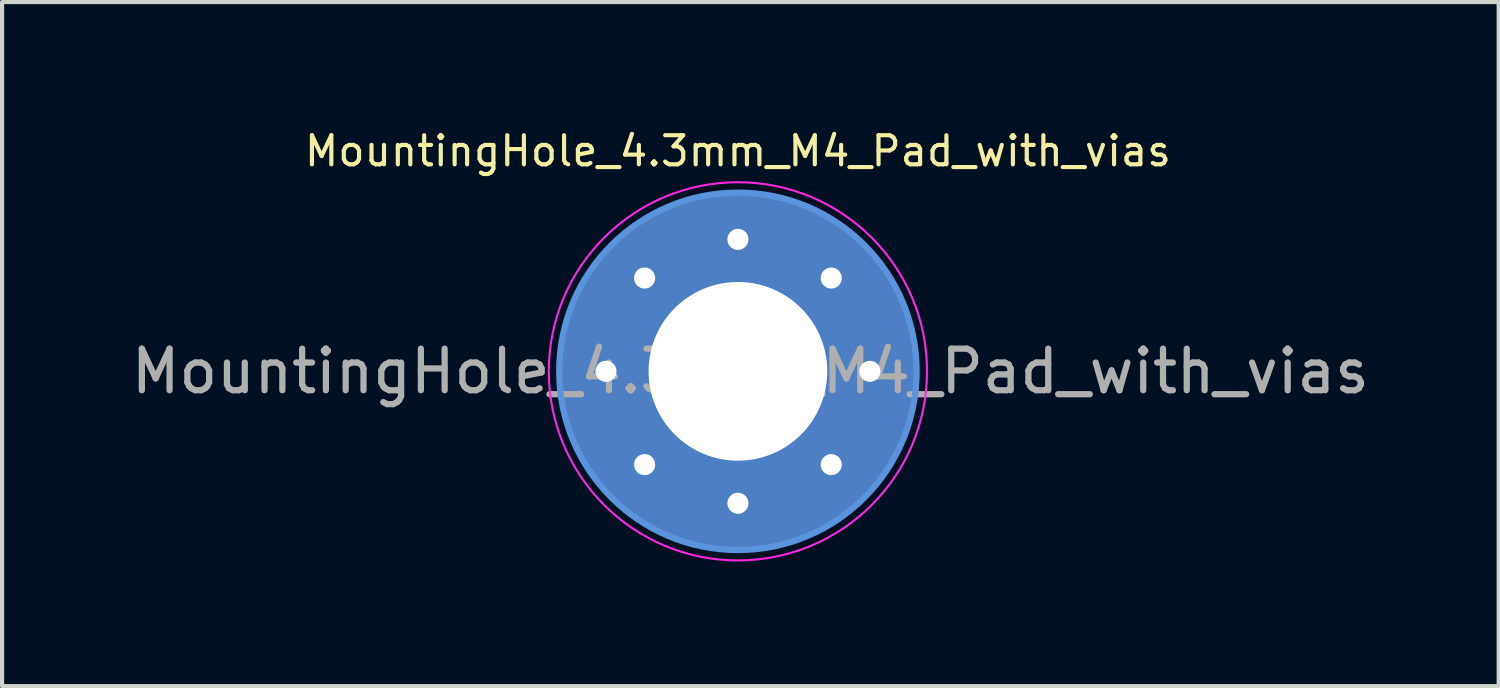
<source format=kicad_pcb>
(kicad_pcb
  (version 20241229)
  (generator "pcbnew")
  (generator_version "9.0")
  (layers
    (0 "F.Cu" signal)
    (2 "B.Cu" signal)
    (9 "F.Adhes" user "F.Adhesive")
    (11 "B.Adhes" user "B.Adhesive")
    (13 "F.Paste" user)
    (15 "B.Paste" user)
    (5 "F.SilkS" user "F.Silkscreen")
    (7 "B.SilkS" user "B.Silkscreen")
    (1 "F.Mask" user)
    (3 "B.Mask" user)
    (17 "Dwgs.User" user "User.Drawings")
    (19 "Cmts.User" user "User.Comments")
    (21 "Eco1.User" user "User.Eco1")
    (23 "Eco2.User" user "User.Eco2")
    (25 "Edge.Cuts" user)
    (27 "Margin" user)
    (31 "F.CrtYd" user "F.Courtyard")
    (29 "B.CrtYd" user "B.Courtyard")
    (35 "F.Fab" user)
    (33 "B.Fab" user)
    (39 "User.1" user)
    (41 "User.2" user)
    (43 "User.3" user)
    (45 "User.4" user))
  (footprint "MountingHole_4.3mm_M4_Pad_with_vias"
    (layer "F.Cu")
    (at 14.706 5.885)
    (property "Reference" "MountingHole_4.3mm_M4_Pad_with_vias" (at 0 -5.3 0) (layer "F.SilkS") (effects (font (size 0.7 0.7) (thickness 0.1))))
    (attr exclude_from_pos_files exclude_from_bom)
    (fp_circle (center 0 0) (end 4.3 0) (stroke (width 0.15) (type solid)) (fill no) (layer "Cmts.User"))
    (fp_circle (center 0 0) (end 4.55 0) (stroke (width 0.05) (type solid)) (fill no) (layer "F.CrtYd"))
    (fp_text user "${REFERENCE}" (at 0.3 0 0) (layer "F.Fab") (effects (font (size 1 1) (thickness 0.15))))
    (pad "1" thru_hole circle (at -3.175 0) (size 0.762 0.762) (drill 0.508) (layers "*.Cu" "*.Mask"))
    (pad "1" thru_hole circle (at -2.245 -2.245 315) (size 0.762 0.762) (drill 0.508) (layers "*.Cu" "*.Mask"))
    (pad "1" thru_hole circle (at -2.245 2.245 45) (size 0.762 0.762) (drill 0.508) (layers "*.Cu" "*.Mask"))
    (pad "1" thru_hole circle (at 0 -3.175 270) (size 0.762 0.762) (drill 0.508) (layers "*.Cu" "*.Mask"))
    (pad "1" thru_hole circle (at 0 0) (size 8.6 8.6) (drill 4.3) (layers "*.Cu" "*.Mask"))
    (pad "1" thru_hole circle (at 0 3.175 90) (size 0.762 0.762) (drill 0.508) (layers "*.Cu" "*.Mask"))
    (pad "1" thru_hole circle (at 2.245 -2.245 225) (size 0.762 0.762) (drill 0.508) (layers "*.Cu" "*.Mask"))
    (pad "1" thru_hole circle (at 2.245 2.245 135) (size 0.762 0.762) (drill 0.508) (layers "*.Cu" "*.Mask"))
    (pad "1" thru_hole circle (at 3.175 0 180) (size 0.762 0.762) (drill 0.508) (layers "*.Cu" "*.Mask")))
  (gr_rect
    (start -3 -3)
    (end 33.012 13.46)
    (stroke (width 0.1) (type default))
    (fill no)
    (layer "Edge.Cuts")))
</source>
